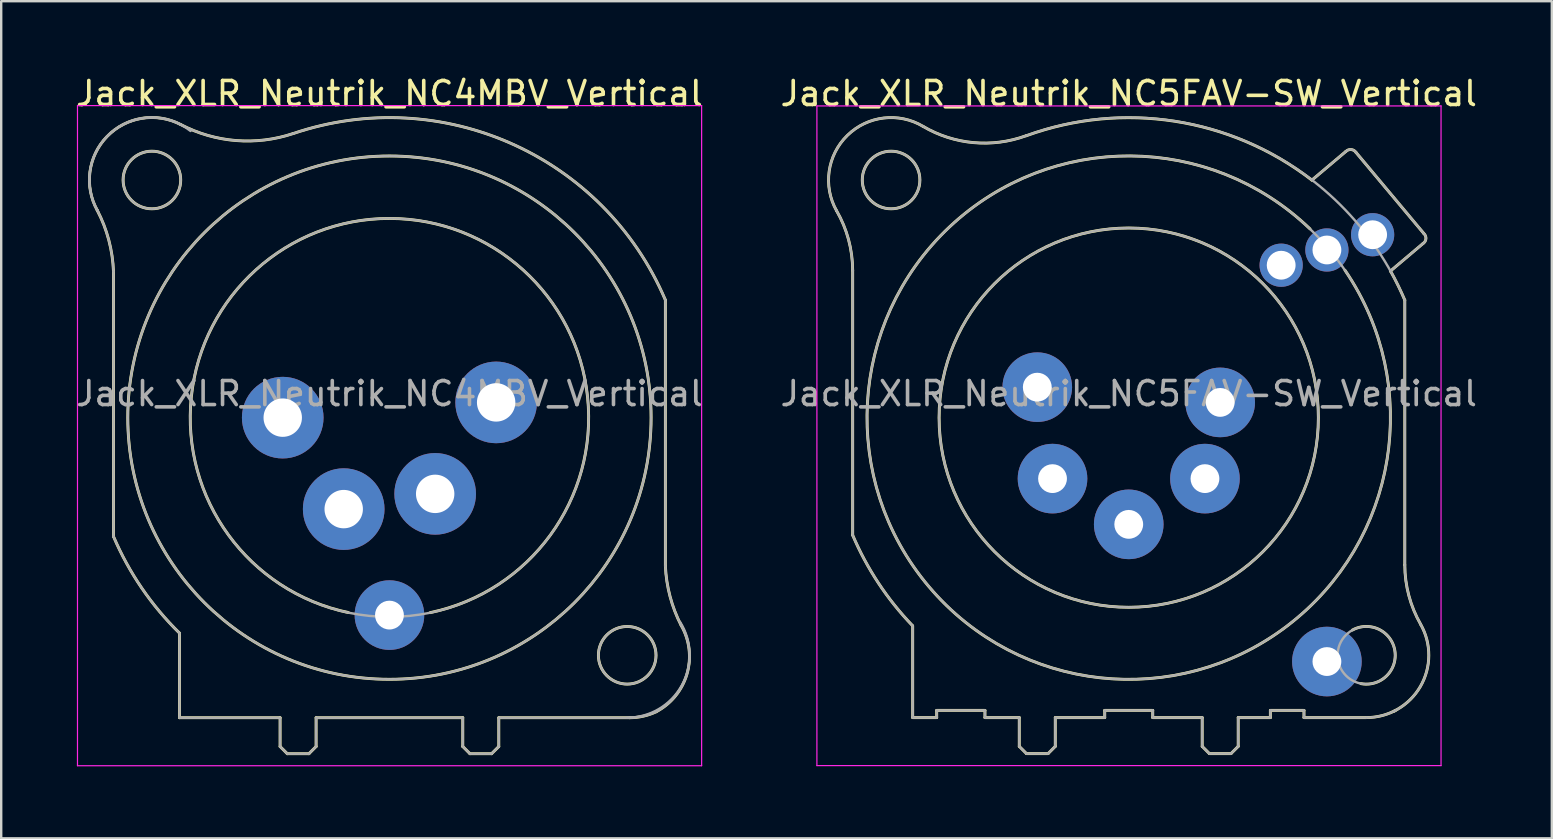
<source format=kicad_pcb>
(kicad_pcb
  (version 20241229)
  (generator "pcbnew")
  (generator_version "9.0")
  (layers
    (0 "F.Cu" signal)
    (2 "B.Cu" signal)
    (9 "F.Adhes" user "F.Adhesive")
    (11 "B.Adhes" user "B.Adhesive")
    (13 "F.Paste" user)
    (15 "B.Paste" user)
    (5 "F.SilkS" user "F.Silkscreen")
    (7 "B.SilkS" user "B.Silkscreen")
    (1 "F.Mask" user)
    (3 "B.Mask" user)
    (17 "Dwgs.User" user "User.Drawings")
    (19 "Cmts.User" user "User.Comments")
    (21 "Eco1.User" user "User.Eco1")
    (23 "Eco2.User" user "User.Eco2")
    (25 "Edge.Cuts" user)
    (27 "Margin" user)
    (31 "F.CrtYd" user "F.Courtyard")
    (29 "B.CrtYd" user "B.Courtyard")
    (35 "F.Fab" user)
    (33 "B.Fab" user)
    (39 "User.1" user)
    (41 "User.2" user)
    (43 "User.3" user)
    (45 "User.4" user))
  (footprint "Jack_XLR_Neutrik_NC4MBV_Vertical"
    (layer "F.Cu")
    (at 8.728 14.348)
    (property "Reference" "Jack_XLR_Neutrik_NC4MBV_Vertical" (at 4.445 -13.5 0) (layer "F.SilkS") (effects (font (size 1 1) (thickness 0.15))))
    (attr through_hole)
    (fp_line (start -7.05 -6.08) (end -7.05 4.95) (stroke (width 0.12) (type solid)) (layer "F.SilkS"))
    (fp_line (start -4.3 12.5) (end -4.3 8.98) (stroke (width 0.12) (type solid)) (layer "F.SilkS"))
    (fp_line (start -0.11 12.5) (end -4.3 12.5) (stroke (width 0.12) (type solid)) (layer "F.SilkS"))
    (fp_line (start -0.11 12.5) (end -0.11 13.7) (stroke (width 0.12) (type solid)) (layer "F.SilkS"))
    (fp_line (start -0.11 13.7) (end 0.19 14) (stroke (width 0.12) (type solid)) (layer "F.SilkS"))
    (fp_line (start 1.09 14) (end 0.19 14) (stroke (width 0.12) (type solid)) (layer "F.SilkS"))
    (fp_line (start 1.39 12.5) (end 1.39 13.7) (stroke (width 0.12) (type solid)) (layer "F.SilkS"))
    (fp_line (start 1.39 13.7) (end 1.09 14) (stroke (width 0.12) (type solid)) (layer "F.SilkS"))
    (fp_line (start 7.5 12.5) (end 1.39 12.5) (stroke (width 0.12) (type solid)) (layer "F.SilkS"))
    (fp_line (start 7.5 12.5) (end 7.5 13.7) (stroke (width 0.12) (type solid)) (layer "F.SilkS"))
    (fp_line (start 7.5 13.7) (end 7.8 14) (stroke (width 0.12) (type solid)) (layer "F.SilkS"))
    (fp_line (start 7.8 14) (end 8.7 14) (stroke (width 0.12) (type solid)) (layer "F.SilkS"))
    (fp_line (start 9 12.5) (end 9 13.7) (stroke (width 0.12) (type solid)) (layer "F.SilkS"))
    (fp_line (start 9 13.7) (end 8.7 14) (stroke (width 0.12) (type solid)) (layer "F.SilkS"))
    (fp_line (start 14.45 12.5) (end 9 12.5) (stroke (width 0.12) (type solid)) (layer "F.SilkS"))
    (fp_line (start 15.94 6.18) (end 15.94 -4.9) (stroke (width 0.12) (type solid)) (layer "F.SilkS"))
    (fp_arc (start -7.729201 -8.641635) (mid -7.2465 -7.39876) (end -7.05 -6.08) (stroke (width 0.12) (type solid)) (layer "F.SilkS"))
    (fp_arc (start -7.725637 -8.636048) (mid -7.316154 -11.714819) (end -4.25 -12.21) (stroke (width 0.12) (type solid)) (layer "F.SilkS"))
    (fp_arc (start -4.299846 8.975956) (mid -5.873184 7.098411) (end -7.05 4.95) (stroke (width 0.12) (type solid)) (layer "F.SilkS"))
    (fp_arc (start 0.433843 -11.835383) (mid -1.946442 -11.543029) (end -4.25 -12.21) (stroke (width 0.12) (type solid)) (layer "F.SilkS"))
    (fp_arc (start 0.441327 -11.837045) (mid 9.549963 -11.405454) (end 15.94 -4.9) (stroke (width 0.12) (type solid)) (layer "F.SilkS"))
    (fp_arc (start 2.735 8.12) (mid 4.451114 -8.2981) (end 6.143033 8.122511) (stroke (width 0.12) (type solid)) (layer "F.SilkS"))
    (fp_arc (start 15.558668 12.251777) (mid 15.018058 12.437185) (end 14.45 12.5) (stroke (width 0.12) (type solid)) (layer "F.SilkS"))
    (fp_arc (start 16.596979 8.653179) (mid 16.135244 7.451985) (end 15.94 6.18) (stroke (width 0.12) (type solid)) (layer "F.SilkS"))
    (fp_arc (start 16.598286 8.654414) (mid 16.841335 10.672303) (end 15.56 12.25) (stroke (width 0.12) (type solid)) (layer "F.SilkS"))
    (fp_circle (center -5.45 -9.9) (end -4.25 -9.9) (stroke (width 0.12) (type solid)) (fill no) (layer "F.SilkS"))
    (fp_circle (center 4.445 0) (end 15.345 0) (stroke (width 0.12) (type solid)) (fill no) (layer "F.SilkS"))
    (fp_circle (center 14.35 9.9) (end 15.55 9.9) (stroke (width 0.12) (type solid)) (fill no) (layer "F.SilkS"))
    (fp_line (start -8.55 -13) (end 17.45 -13) (stroke (width 0.05) (type solid)) (layer "F.CrtYd"))
    (fp_line (start -8.55 14.5) (end -8.55 -13) (stroke (width 0.05) (type solid)) (layer "F.CrtYd"))
    (fp_line (start 17.45 -13) (end 17.45 14.5) (stroke (width 0.05) (type solid)) (layer "F.CrtYd"))
    (fp_line (start 17.45 14.5) (end -8.55 14.5) (stroke (width 0.05) (type solid)) (layer "F.CrtYd"))
    (fp_line (start -7.05 -6.08) (end -7.05 4.95) (stroke (width 0.1) (type solid)) (layer "F.Fab"))
    (fp_line (start -4.3 12.5) (end -4.3 8.98) (stroke (width 0.1) (type solid)) (layer "F.Fab"))
    (fp_line (start -0.11 12.5) (end -4.3 12.5) (stroke (width 0.1) (type solid)) (layer "F.Fab"))
    (fp_line (start -0.11 12.5) (end -0.11 13.7) (stroke (width 0.1) (type solid)) (layer "F.Fab"))
    (fp_line (start -0.11 13.7) (end 0.19 14) (stroke (width 0.1) (type solid)) (layer "F.Fab"))
    (fp_line (start 1.09 14) (end 0.19 14) (stroke (width 0.1) (type solid)) (layer "F.Fab"))
    (fp_line (start 1.39 12.5) (end 1.39 13.7) (stroke (width 0.1) (type solid)) (layer "F.Fab"))
    (fp_line (start 1.39 13.7) (end 1.09 14) (stroke (width 0.1) (type solid)) (layer "F.Fab"))
    (fp_line (start 7.5 12.5) (end 1.39 12.5) (stroke (width 0.1) (type solid)) (layer "F.Fab"))
    (fp_line (start 7.5 12.5) (end 7.5 13.7) (stroke (width 0.1) (type solid)) (layer "F.Fab"))
    (fp_line (start 7.5 13.7) (end 7.8 14) (stroke (width 0.1) (type solid)) (layer "F.Fab"))
    (fp_line (start 7.8 14) (end 8.7 14) (stroke (width 0.1) (type solid)) (layer "F.Fab"))
    (fp_line (start 9 12.5) (end 9 13.7) (stroke (width 0.1) (type solid)) (layer "F.Fab"))
    (fp_line (start 9 13.7) (end 8.7 14) (stroke (width 0.1) (type solid)) (layer "F.Fab"))
    (fp_line (start 14.45 12.5) (end 9 12.5) (stroke (width 0.1) (type solid)) (layer "F.Fab"))
    (fp_line (start 15.94 6.18) (end 15.94 -4.9) (stroke (width 0.1) (type solid)) (layer "F.Fab"))
    (fp_arc (start -7.729201 -8.641635) (mid -7.2465 -7.39876) (end -7.05 -6.08) (stroke (width 0.1) (type solid)) (layer "F.Fab"))
    (fp_arc (start -7.725637 -8.636048) (mid -7.316154 -11.714819) (end -4.25 -12.21) (stroke (width 0.1) (type solid)) (layer "F.Fab"))
    (fp_arc (start -7.685 -8.57) (mid -7.168921 -11.858868) (end -3.840849 -11.942067) (stroke (width 0.1) (type solid)) (layer "F.Fab"))
    (fp_arc (start -4.299846 8.975956) (mid -5.873184 7.098411) (end -7.05 4.95) (stroke (width 0.1) (type solid)) (layer "F.Fab"))
    (fp_arc (start 0.433843 -11.835383) (mid -1.946442 -11.543029) (end -4.25 -12.21) (stroke (width 0.1) (type solid)) (layer "F.Fab"))
    (fp_arc (start 0.441327 -11.837045) (mid 9.549963 -11.405454) (end 15.94 -4.9) (stroke (width 0.1) (type solid)) (layer "F.Fab"))
    (fp_arc (start 15.558668 12.251777) (mid 15.018058 12.437185) (end 14.45 12.5) (stroke (width 0.1) (type solid)) (layer "F.Fab"))
    (fp_arc (start 16.555 8.516) (mid 16.62253 11.159357) (end 14.343337 12.499945) (stroke (width 0.1) (type solid)) (layer "F.Fab"))
    (fp_arc (start 16.596979 8.653179) (mid 16.135244 7.451985) (end 15.94 6.18) (stroke (width 0.1) (type solid)) (layer "F.Fab"))
    (fp_arc (start 16.598286 8.654414) (mid 16.841335 10.672303) (end 15.56 12.25) (stroke (width 0.1) (type solid)) (layer "F.Fab"))
    (fp_circle (center -5.45 -9.9) (end -4.25 -9.9) (stroke (width 0.1) (type solid)) (fill no) (layer "F.Fab"))
    (fp_circle (center 4.445 0) (end 12.745 0) (stroke (width 0.1) (type solid)) (fill no) (layer "F.Fab"))
    (fp_circle (center 4.445 0) (end 15.345 0) (stroke (width 0.1) (type solid)) (fill no) (layer "F.Fab"))
    (fp_circle (center 14.35 9.9) (end 15.55 9.9) (stroke (width 0.1) (type solid)) (fill no) (layer "F.Fab"))
    (fp_text user "${REFERENCE}" (at 4.445 -1 0) (layer "F.Fab") (effects (font (size 1 1) (thickness 0.15))))
    (pad "1" thru_hole circle (at 0 0) (size 3.4 3.4) (drill 1.6) (layers "*.Cu" "*.Mask"))
    (pad "2" thru_hole circle (at 2.54 3.81) (size 3.4 3.4) (drill 1.6) (layers "*.Cu" "*.Mask"))
    (pad "3" thru_hole circle (at 6.35 3.175) (size 3.4 3.4) (drill 1.6) (layers "*.Cu" "*.Mask"))
    (pad "4" thru_hole circle (at 8.89 -0.635) (size 3.4 3.4) (drill 1.6) (layers "*.Cu" "*.Mask"))
    (pad "G" thru_hole circle (at 4.445 8.225) (size 2.9 2.9) (drill 1.2) (layers "*.Cu" "*.Mask")))
  (footprint "Jack_XLR_Neutrik_NC5FAV-SW_Vertical"
    (layer "F.Cu")
    (at 47.78 13.713)
    (property "Reference" "Jack_XLR_Neutrik_NC5FAV-SW_Vertical" (at -3.81 -12.865 0) (layer "F.SilkS") (effects (font (size 1 1) (thickness 0.15))))
    (attr through_hole)
    (fp_line (start -15.31 -5.5) (end -15.31 5.53) (stroke (width 0.12) (type solid)) (layer "F.SilkS"))
    (fp_line (start -12.81 9.31) (end -12.81 13.13) (stroke (width 0.12) (type solid)) (layer "F.SilkS"))
    (fp_line (start -11.81 12.83) (end -11.81 13.13) (stroke (width 0.12) (type solid)) (layer "F.SilkS"))
    (fp_line (start -11.81 12.83) (end -9.8 12.83) (stroke (width 0.12) (type solid)) (layer "F.SilkS"))
    (fp_line (start -11.81 13.13) (end -12.81 13.13) (stroke (width 0.12) (type solid)) (layer "F.SilkS"))
    (fp_line (start -9.8 12.83) (end -9.8 13.13) (stroke (width 0.12) (type solid)) (layer "F.SilkS"))
    (fp_line (start -8.37 13.13) (end -9.8 13.13) (stroke (width 0.12) (type solid)) (layer "F.SilkS"))
    (fp_line (start -8.37 13.13) (end -8.37 14.33) (stroke (width 0.12) (type solid)) (layer "F.SilkS"))
    (fp_line (start -8.37 14.33) (end -8.07 14.63) (stroke (width 0.12) (type solid)) (layer "F.SilkS"))
    (fp_line (start -8.07 14.63) (end -7.17 14.63) (stroke (width 0.12) (type solid)) (layer "F.SilkS"))
    (fp_line (start -6.87 13.13) (end -6.87 14.33) (stroke (width 0.12) (type solid)) (layer "F.SilkS"))
    (fp_line (start -6.87 14.33) (end -7.17 14.63) (stroke (width 0.12) (type solid)) (layer "F.SilkS"))
    (fp_line (start -4.81 12.83) (end -4.81 13.13) (stroke (width 0.12) (type solid)) (layer "F.SilkS"))
    (fp_line (start -4.81 12.83) (end -2.81 12.83) (stroke (width 0.12) (type solid)) (layer "F.SilkS"))
    (fp_line (start -4.81 13.13) (end -6.87 13.13) (stroke (width 0.12) (type solid)) (layer "F.SilkS"))
    (fp_line (start -2.81 12.83) (end -2.81 13.13) (stroke (width 0.12) (type solid)) (layer "F.SilkS"))
    (fp_line (start -0.75 13.13) (end -2.81 13.13) (stroke (width 0.12) (type solid)) (layer "F.SilkS"))
    (fp_line (start -0.75 13.13) (end -0.75 14.33) (stroke (width 0.12) (type solid)) (layer "F.SilkS"))
    (fp_line (start -0.75 14.33) (end -0.45 14.63) (stroke (width 0.12) (type solid)) (layer "F.SilkS"))
    (fp_line (start -0.45 14.63) (end 0.45 14.63) (stroke (width 0.12) (type solid)) (layer "F.SilkS"))
    (fp_line (start 0.75 13.13) (end 0.75 14.33) (stroke (width 0.12) (type solid)) (layer "F.SilkS"))
    (fp_line (start 0.75 14.33) (end 0.45 14.63) (stroke (width 0.12) (type solid)) (layer "F.SilkS"))
    (fp_line (start 2.09 12.83) (end 2.09 13.13) (stroke (width 0.12) (type solid)) (layer "F.SilkS"))
    (fp_line (start 2.09 12.83) (end 3.49 12.83) (stroke (width 0.12) (type solid)) (layer "F.SilkS"))
    (fp_line (start 2.09 13.13) (end 0.75 13.13) (stroke (width 0.12) (type solid)) (layer "F.SilkS"))
    (fp_line (start 3.49 12.83) (end 3.49 13.13) (stroke (width 0.12) (type solid)) (layer "F.SilkS"))
    (fp_line (start 3.82 -9.26) (end 5.23 -10.45) (stroke (width 0.12) (type solid)) (layer "F.SilkS"))
    (fp_line (start 6.09 13.13) (end 3.49 13.13) (stroke (width 0.12) (type solid)) (layer "F.SilkS"))
    (fp_line (start 7.69 6.77) (end 7.69 -4.26) (stroke (width 0.12) (type solid)) (layer "F.SilkS"))
    (fp_line (start 8.45 -6.62) (end 7.09 -5.47) (stroke (width 0.12) (type solid)) (layer "F.SilkS"))
    (fp_line (start 8.48 -7.04) (end 5.66 -10.41) (stroke (width 0.12) (type solid)) (layer "F.SilkS"))
    (fp_arc (start -15.979585 -7.98114) (mid -15.531071 -11.122847) (end -12.38 -11.5) (stroke (width 0.12) (type solid)) (layer "F.SilkS"))
    (fp_arc (start -15.978065 -7.979621) (mid -15.482459 -6.783342) (end -15.31 -5.5) (stroke (width 0.12) (type solid)) (layer "F.SilkS"))
    (fp_arc (start -12.822247 9.294702) (mid -14.237431 7.525553) (end -15.31 5.53) (stroke (width 0.12) (type solid)) (layer "F.SilkS"))
    (fp_arc (start -8.091246 -11.107072) (mid -10.279718 -10.822246) (end -12.38 -11.5) (stroke (width 0.12) (type solid)) (layer "F.SilkS"))
    (fp_arc (start -8.076266 -11.109228) (mid -1.890733 -11.711835) (end 3.82 -9.26) (stroke (width 0.12) (type solid)) (layer "F.SilkS"))
    (fp_arc (start 5.199539 -5.504132) (mid -12.134617 7.674992) (end 3.74 -7.23) (stroke (width 0.12) (type solid)) (layer "F.SilkS"))
    (fp_arc (start 5.235458 -10.453787) (mid 5.458172 -10.533142) (end 5.66 -10.41) (stroke (width 0.12) (type solid)) (layer "F.SilkS"))
    (fp_arc (start 5.507701 9.483226) (mid 7.277502 10.347546) (end 5.86 11.715) (stroke (width 0.12) (type solid)) (layer "F.SilkS"))
    (fp_arc (start 7.094079 -5.473362) (mid 7.408456 -4.874744) (end 7.69 -4.26) (stroke (width 0.12) (type solid)) (layer "F.SilkS"))
    (fp_arc (start 7.298541 12.835196) (mid 7.274335 12.847725) (end 7.25 12.86) (stroke (width 0.12) (type solid)) (layer "F.SilkS"))
    (fp_arc (start 8.350687 9.245751) (mid 8.337115 11.837852) (end 6.09 13.13) (stroke (width 0.12) (type solid)) (layer "F.SilkS"))
    (fp_arc (start 8.351797 9.24598) (mid 7.859562 8.051113) (end 7.69 6.77) (stroke (width 0.12) (type solid)) (layer "F.SilkS"))
    (fp_arc (start 8.486269 -7.03217) (mid 8.569764 -6.817142) (end 8.45 -6.62) (stroke (width 0.12) (type solid)) (layer "F.SilkS"))
    (fp_circle (center -13.71 -9.265) (end -12.51 -9.265) (stroke (width 0.12) (type solid)) (fill no) (layer "F.SilkS"))
    (fp_circle (center -3.81 0.635) (end 4.09 0.635) (stroke (width 0.12) (type solid)) (fill no) (layer "F.SilkS"))
    (fp_line (start -16.8 -12.35) (end 9.2 -12.35) (stroke (width 0.05) (type solid)) (layer "F.CrtYd"))
    (fp_line (start -16.8 15.13) (end -16.8 -12.35) (stroke (width 0.05) (type solid)) (layer "F.CrtYd"))
    (fp_line (start 9.2 -12.35) (end 9.2 15.13) (stroke (width 0.05) (type solid)) (layer "F.CrtYd"))
    (fp_line (start 9.2 15.13) (end -16.8 15.13) (stroke (width 0.05) (type solid)) (layer "F.CrtYd"))
    (fp_line (start -15.31 -5.5) (end -15.31 5.53) (stroke (width 0.1) (type solid)) (layer "F.Fab"))
    (fp_line (start -12.81 9.31) (end -12.81 13.13) (stroke (width 0.1) (type solid)) (layer "F.Fab"))
    (fp_line (start -11.81 12.83) (end -11.81 13.13) (stroke (width 0.1) (type solid)) (layer "F.Fab"))
    (fp_line (start -11.81 12.83) (end -9.8 12.83) (stroke (width 0.1) (type solid)) (layer "F.Fab"))
    (fp_line (start -11.81 13.13) (end -12.81 13.13) (stroke (width 0.1) (type solid)) (layer "F.Fab"))
    (fp_line (start -9.8 12.83) (end -9.8 13.13) (stroke (width 0.1) (type solid)) (layer "F.Fab"))
    (fp_line (start -8.37 13.13) (end -9.8 13.13) (stroke (width 0.1) (type solid)) (layer "F.Fab"))
    (fp_line (start -8.37 13.13) (end -8.37 14.33) (stroke (width 0.1) (type solid)) (layer "F.Fab"))
    (fp_line (start -8.37 14.33) (end -8.07 14.63) (stroke (width 0.1) (type solid)) (layer "F.Fab"))
    (fp_line (start -8.07 14.63) (end -7.17 14.63) (stroke (width 0.1) (type solid)) (layer "F.Fab"))
    (fp_line (start -6.87 13.13) (end -6.87 14.33) (stroke (width 0.1) (type solid)) (layer "F.Fab"))
    (fp_line (start -6.87 14.33) (end -7.17 14.63) (stroke (width 0.1) (type solid)) (layer "F.Fab"))
    (fp_line (start -4.81 12.83) (end -4.81 13.13) (stroke (width 0.1) (type solid)) (layer "F.Fab"))
    (fp_line (start -4.81 12.83) (end -2.81 12.83) (stroke (width 0.1) (type solid)) (layer "F.Fab"))
    (fp_line (start -4.81 13.13) (end -6.87 13.13) (stroke (width 0.1) (type solid)) (layer "F.Fab"))
    (fp_line (start -2.81 12.83) (end -2.81 13.13) (stroke (width 0.1) (type solid)) (layer "F.Fab"))
    (fp_line (start -0.75 13.13) (end -2.81 13.13) (stroke (width 0.1) (type solid)) (layer "F.Fab"))
    (fp_line (start -0.75 13.13) (end -0.75 14.33) (stroke (width 0.1) (type solid)) (layer "F.Fab"))
    (fp_line (start -0.75 14.33) (end -0.45 14.63) (stroke (width 0.1) (type solid)) (layer "F.Fab"))
    (fp_line (start -0.45 14.63) (end 0.45 14.63) (stroke (width 0.1) (type solid)) (layer "F.Fab"))
    (fp_line (start 0.75 13.13) (end 0.75 14.33) (stroke (width 0.1) (type solid)) (layer "F.Fab"))
    (fp_line (start 0.75 14.33) (end 0.45 14.63) (stroke (width 0.1) (type solid)) (layer "F.Fab"))
    (fp_line (start 2.09 12.83) (end 2.09 13.13) (stroke (width 0.1) (type solid)) (layer "F.Fab"))
    (fp_line (start 2.09 12.83) (end 3.49 12.83) (stroke (width 0.1) (type solid)) (layer "F.Fab"))
    (fp_line (start 2.09 13.13) (end 0.75 13.13) (stroke (width 0.1) (type solid)) (layer "F.Fab"))
    (fp_line (start 3.49 12.83) (end 3.49 13.13) (stroke (width 0.1) (type solid)) (layer "F.Fab"))
    (fp_line (start 3.82 -9.26) (end 5.23 -10.45) (stroke (width 0.1) (type solid)) (layer "F.Fab"))
    (fp_line (start 6.09 13.13) (end 3.49 13.13) (stroke (width 0.1) (type solid)) (layer "F.Fab"))
    (fp_line (start 7.69 6.77) (end 7.69 -4.26) (stroke (width 0.1) (type solid)) (layer "F.Fab"))
    (fp_line (start 8.45 -6.62) (end 7.09 -5.47) (stroke (width 0.1) (type solid)) (layer "F.Fab"))
    (fp_line (start 8.48 -7.04) (end 5.66 -10.41) (stroke (width 0.1) (type solid)) (layer "F.Fab"))
    (fp_arc (start -15.979585 -7.98114) (mid -15.531071 -11.122847) (end -12.38 -11.5) (stroke (width 0.1) (type solid)) (layer "F.Fab"))
    (fp_arc (start -15.978065 -7.979621) (mid -15.482459 -6.783342) (end -15.31 -5.5) (stroke (width 0.1) (type solid)) (layer "F.Fab"))
    (fp_arc (start -12.822247 9.294702) (mid -14.237431 7.525553) (end -15.31 5.53) (stroke (width 0.1) (type solid)) (layer "F.Fab"))
    (fp_arc (start -8.096428 -11.105424) (mid 1.16231 -10.831785) (end 7.69 -4.26) (stroke (width 0.1) (type solid)) (layer "F.Fab"))
    (fp_arc (start -8.091246 -11.107072) (mid -10.279718 -10.822246) (end -12.38 -11.5) (stroke (width 0.1) (type solid)) (layer "F.Fab"))
    (fp_arc (start 5.235458 -10.453787) (mid 5.458172 -10.533142) (end 5.66 -10.41) (stroke (width 0.1) (type solid)) (layer "F.Fab"))
    (fp_arc (start 7.298541 12.835196) (mid 7.274335 12.847725) (end 7.25 12.86) (stroke (width 0.1) (type solid)) (layer "F.Fab"))
    (fp_arc (start 8.350687 9.245751) (mid 8.337115 11.837852) (end 6.09 13.13) (stroke (width 0.1) (type solid)) (layer "F.Fab"))
    (fp_arc (start 8.351797 9.24598) (mid 7.859562 8.051113) (end 7.69 6.77) (stroke (width 0.1) (type solid)) (layer "F.Fab"))
    (fp_arc (start 8.486269 -7.03217) (mid 8.569764 -6.817142) (end 8.45 -6.62) (stroke (width 0.1) (type solid)) (layer "F.Fab"))
    (fp_circle (center -13.71 -9.265) (end -12.51 -9.265) (stroke (width 0.1) (type solid)) (fill no) (layer "F.Fab"))
    (fp_circle (center -3.81 0.635) (end 4.09 0.635) (stroke (width 0.1) (type solid)) (fill no) (layer "F.Fab"))
    (fp_circle (center -3.81 0.635) (end 7.09 0.635) (stroke (width 0.1) (type solid)) (fill no) (layer "F.Fab"))
    (fp_circle (center 6.09 10.535) (end 7.29 10.535) (stroke (width 0.1) (type solid)) (fill no) (layer "F.Fab"))
    (fp_text user "${REFERENCE}" (at -3.81 -0.365 0) (layer "F.Fab") (effects (font (size 1 1) (thickness 0.15))))
    (pad "1" thru_hole circle (at 0 0) (size 2.9 2.9) (drill 1.2) (layers "*.Cu" "*.Mask"))
    (pad "2" thru_hole circle (at -0.635 3.175) (size 2.9 2.9) (drill 1.2) (layers "*.Cu" "*.Mask"))
    (pad "3" thru_hole circle (at -3.81 5.08) (size 2.9 2.9) (drill 1.2) (layers "*.Cu" "*.Mask"))
    (pad "4" thru_hole circle (at -6.985 3.175) (size 2.9 2.9) (drill 1.2) (layers "*.Cu" "*.Mask"))
    (pad "5" thru_hole circle (at -7.62 -0.635) (size 2.9 2.9) (drill 1.2) (layers "*.Cu" "*.Mask"))
    (pad "G" thru_hole circle (at 4.445 10.795) (size 2.9 2.9) (drill 1.2) (layers "*.Cu" "*.Mask"))
    (pad "N" thru_hole circle (at 4.445 -6.35) (size 1.8 1.8) (drill 1.2) (layers "*.Cu" "*.Mask"))
    (pad "NC" thru_hole circle (at 2.54 -5.715) (size 1.8 1.8) (drill 1.2) (layers "*.Cu" "*.Mask"))
    (pad "NO" thru_hole circle (at 6.35 -6.985) (size 1.8 1.8) (drill 1.2) (layers "*.Cu" "*.Mask")))
  (gr_rect
    (start -3 -3)
    (end 61.595 31.873)
    (stroke (width 0.1) (type default))
    (fill no)
    (layer "Edge.Cuts")))
</source>
